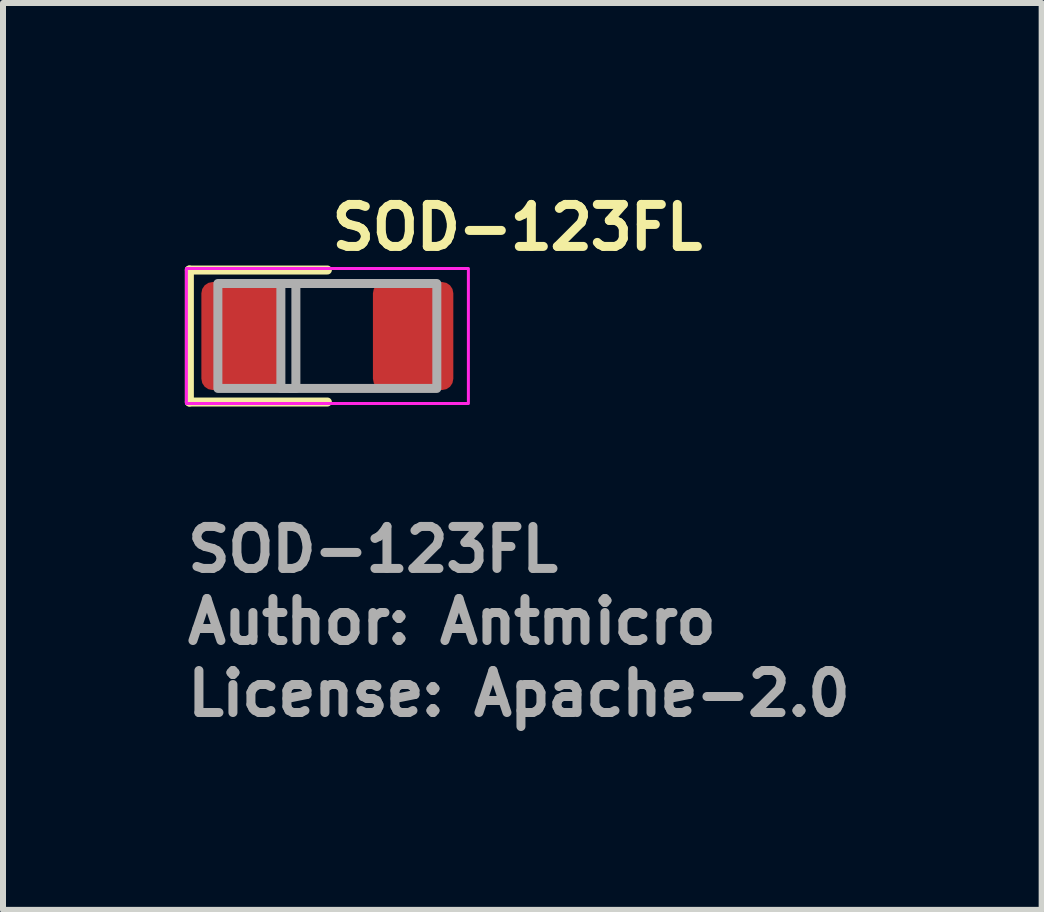
<source format=kicad_pcb>
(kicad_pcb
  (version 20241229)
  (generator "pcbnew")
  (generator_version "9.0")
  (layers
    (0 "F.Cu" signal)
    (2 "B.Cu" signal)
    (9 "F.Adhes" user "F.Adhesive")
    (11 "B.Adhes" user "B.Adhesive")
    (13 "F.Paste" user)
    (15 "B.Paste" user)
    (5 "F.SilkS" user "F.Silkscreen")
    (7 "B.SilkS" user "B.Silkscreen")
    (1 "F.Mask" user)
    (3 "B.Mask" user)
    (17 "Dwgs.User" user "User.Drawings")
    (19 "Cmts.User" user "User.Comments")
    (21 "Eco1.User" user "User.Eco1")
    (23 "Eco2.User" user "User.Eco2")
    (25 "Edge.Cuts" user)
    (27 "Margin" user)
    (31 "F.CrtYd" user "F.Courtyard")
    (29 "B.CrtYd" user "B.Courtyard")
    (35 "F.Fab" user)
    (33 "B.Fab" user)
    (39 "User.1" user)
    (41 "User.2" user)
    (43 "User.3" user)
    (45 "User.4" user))
  (footprint "SOD-123FL"
    (layer "F.Cu")
    (at 2.406 2.55)
    (property "Reference" "SOD-123FL" (at 0 -1.4 0) (layer "F.SilkS") (effects (font (size 0.7 0.7) (thickness 0.15)) (justify left bottom)))
    (attr smd)
    (fp_line (start -2.3 -1.1) (end -2.3 1.1) (stroke (width 0.15) (type solid)) (layer "F.SilkS"))
    (fp_line (start -2.3 1.1) (end 0 1.1) (stroke (width 0.15) (type solid)) (layer "F.SilkS"))
    (fp_line (start 0 -1.1) (end -2.3 -1.1) (stroke (width 0.15) (type solid)) (layer "F.SilkS"))
    (fp_rect (start -2.35 -1.125) (end 2.35 1.125) (stroke (width 0.05) (type solid)) (fill no) (layer "F.CrtYd"))
    (fp_rect (start -1.825 -0.875) (end 1.824 0.873) (stroke (width 0.15) (type solid)) (fill no) (layer "F.Fab"))
    (fp_rect (start -0.775 -0.875) (end -0.525 0.875) (stroke (width 0.15) (type solid)) (fill no) (layer "F.Fab"))
    (fp_rect (start -1.825 -0.875) (end 1.824 0.873) (stroke (width 0.1) (type solid)) (fill no) (layer "User.5"))
    (fp_line (start -1.825 -0.476) (end -1.349 -0.476) (stroke (width 0.02) (type solid)) (layer "User.9"))
    (fp_line (start -1.825 0.474) (end -1.825 -0.476) (stroke (width 0.02) (type solid)) (layer "User.9"))
    (fp_line (start -1.351 -0.875) (end -1.351 -0.476) (stroke (width 0.02) (type solid)) (layer "User.9"))
    (fp_line (start -1.351 0.474) (end -1.351 0.873) (stroke (width 0.02) (type solid)) (layer "User.9"))
    (fp_line (start -1.351 0.873) (end 1.35 0.873) (stroke (width 0.02) (type solid)) (layer "User.9"))
    (fp_line (start -1.349 0.474) (end -1.825 0.474) (stroke (width 0.02) (type solid)) (layer "User.9"))
    (fp_line (start -1.349 0.474) (end -1.349 -0.476) (stroke (width 0.02) (type solid)) (layer "User.9"))
    (fp_line (start -1.299 -0.824) (end -1.351 -0.875) (stroke (width 0.02) (type solid)) (layer "User.9"))
    (fp_line (start -1.299 -0.824) (end -1.299 0.822) (stroke (width 0.02) (type solid)) (layer "User.9"))
    (fp_line (start -1.299 0.822) (end -1.351 0.873) (stroke (width 0.02) (type solid)) (layer "User.9"))
    (fp_line (start -1.299 0.822) (end 1.296 0.822) (stroke (width 0.02) (type solid)) (layer "User.9"))
    (fp_line (start 1.024 -0.015) (end 1.024 0) (stroke (width 0.02) (type solid)) (layer "User.9"))
    (fp_line (start 1.024 0) (end 1.024 0.014) (stroke (width 0.02) (type solid)) (layer "User.9"))
    (fp_line (start 1.024 0.014) (end 1.026 0.029) (stroke (width 0.02) (type solid)) (layer "User.9"))
    (fp_line (start 1.026 -0.045) (end 1.026 -0.03) (stroke (width 0.02) (type solid)) (layer "User.9"))
    (fp_line (start 1.026 -0.03) (end 1.024 -0.015) (stroke (width 0.02) (type solid)) (layer "User.9"))
    (fp_line (start 1.026 0.029) (end 1.026 0.043) (stroke (width 0.02) (type solid)) (layer "User.9"))
    (fp_line (start 1.026 0.043) (end 1.03 0.058) (stroke (width 0.02) (type solid)) (layer "User.9"))
    (fp_line (start 1.03 -0.06) (end 1.026 -0.045) (stroke (width 0.02) (type solid)) (layer "User.9"))
    (fp_line (start 1.03 0.058) (end 1.032 0.072) (stroke (width 0.02) (type solid)) (layer "User.9"))
    (fp_line (start 1.032 -0.073) (end 1.03 -0.06) (stroke (width 0.02) (type solid)) (layer "User.9"))
    (fp_line (start 1.032 0.072) (end 1.036 0.086) (stroke (width 0.02) (type solid)) (layer "User.9"))
    (fp_line (start 1.036 -0.088) (end 1.032 -0.073) (stroke (width 0.02) (type solid)) (layer "User.9"))
    (fp_line (start 1.036 0.086) (end 1.04 0.1) (stroke (width 0.02) (type solid)) (layer "User.9"))
    (fp_line (start 1.04 -0.102) (end 1.036 -0.088) (stroke (width 0.02) (type solid)) (layer "User.9"))
    (fp_line (start 1.04 0.1) (end 1.044 0.113) (stroke (width 0.02) (type solid)) (layer "User.9"))
    (fp_line (start 1.044 -0.115) (end 1.04 -0.102) (stroke (width 0.02) (type solid)) (layer "User.9"))
    (fp_line (start 1.044 0.113) (end 1.05 0.125) (stroke (width 0.02) (type solid)) (layer "User.9"))
    (fp_line (start 1.05 -0.127) (end 1.044 -0.115) (stroke (width 0.02) (type solid)) (layer "User.9"))
    (fp_line (start 1.05 0.125) (end 1.056 0.139) (stroke (width 0.02) (type solid)) (layer "User.9"))
    (fp_line (start 1.056 -0.141) (end 1.05 -0.127) (stroke (width 0.02) (type solid)) (layer "User.9"))
    (fp_line (start 1.056 0.139) (end 1.062 0.151) (stroke (width 0.02) (type solid)) (layer "User.9"))
    (fp_line (start 1.062 -0.153) (end 1.056 -0.141) (stroke (width 0.02) (type solid)) (layer "User.9"))
    (fp_line (start 1.062 0.151) (end 1.068 0.164) (stroke (width 0.02) (type solid)) (layer "User.9"))
    (fp_line (start 1.068 -0.166) (end 1.062 -0.153) (stroke (width 0.02) (type solid)) (layer "User.9"))
    (fp_line (start 1.068 0.164) (end 1.076 0.175) (stroke (width 0.02) (type solid)) (layer "User.9"))
    (fp_line (start 1.076 -0.177) (end 1.068 -0.166) (stroke (width 0.02) (type solid)) (layer "User.9"))
    (fp_line (start 1.076 0.175) (end 1.084 0.187) (stroke (width 0.02) (type solid)) (layer "User.9"))
    (fp_line (start 1.084 -0.189) (end 1.076 -0.177) (stroke (width 0.02) (type solid)) (layer "User.9"))
    (fp_line (start 1.084 0.187) (end 1.092 0.199) (stroke (width 0.02) (type solid)) (layer "User.9"))
    (fp_line (start 1.092 -0.201) (end 1.084 -0.189) (stroke (width 0.02) (type solid)) (layer "User.9"))
    (fp_line (start 1.092 0.199) (end 1.102 0.209) (stroke (width 0.02) (type solid)) (layer "User.9"))
    (fp_line (start 1.102 -0.211) (end 1.092 -0.201) (stroke (width 0.02) (type solid)) (layer "User.9"))
    (fp_line (start 1.102 0.209) (end 1.11 0.219) (stroke (width 0.02) (type solid)) (layer "User.9"))
    (fp_line (start 1.11 -0.221) (end 1.102 -0.211) (stroke (width 0.02) (type solid)) (layer "User.9"))
    (fp_line (start 1.11 0.219) (end 1.12 0.231) (stroke (width 0.02) (type solid)) (layer "User.9"))
    (fp_line (start 1.12 -0.233) (end 1.11 -0.221) (stroke (width 0.02) (type solid)) (layer "User.9"))
    (fp_line (start 1.12 0.231) (end 1.13 0.239) (stroke (width 0.02) (type solid)) (layer "User.9"))
    (fp_line (start 1.13 -0.241) (end 1.12 -0.233) (stroke (width 0.02) (type solid)) (layer "User.9"))
    (fp_line (start 1.13 0.239) (end 1.142 0.248) (stroke (width 0.02) (type solid)) (layer "User.9"))
    (fp_line (start 1.142 -0.25) (end 1.13 -0.241) (stroke (width 0.02) (type solid)) (layer "User.9"))
    (fp_line (start 1.142 0.248) (end 1.153 0.258) (stroke (width 0.02) (type solid)) (layer "User.9"))
    (fp_line (start 1.153 -0.26) (end 1.142 -0.25) (stroke (width 0.02) (type solid)) (layer "User.9"))
    (fp_line (start 1.153 0.258) (end 1.163 0.267) (stroke (width 0.02) (type solid)) (layer "User.9"))
    (fp_line (start 1.163 -0.269) (end 1.153 -0.26) (stroke (width 0.02) (type solid)) (layer "User.9"))
    (fp_line (start 1.163 0.267) (end 1.175 0.274) (stroke (width 0.02) (type solid)) (layer "User.9"))
    (fp_line (start 1.175 -0.276) (end 1.163 -0.269) (stroke (width 0.02) (type solid)) (layer "User.9"))
    (fp_line (start 1.175 0.274) (end 1.187 0.282) (stroke (width 0.02) (type solid)) (layer "User.9"))
    (fp_line (start 1.187 -0.284) (end 1.175 -0.276) (stroke (width 0.02) (type solid)) (layer "User.9"))
    (fp_line (start 1.187 0.282) (end 1.201 0.288) (stroke (width 0.02) (type solid)) (layer "User.9"))
    (fp_line (start 1.201 -0.289) (end 1.187 -0.284) (stroke (width 0.02) (type solid)) (layer "User.9"))
    (fp_line (start 1.201 0.288) (end 1.213 0.294) (stroke (width 0.02) (type solid)) (layer "User.9"))
    (fp_line (start 1.213 -0.296) (end 1.201 -0.289) (stroke (width 0.02) (type solid)) (layer "User.9"))
    (fp_line (start 1.213 0.294) (end 1.227 0.299) (stroke (width 0.02) (type solid)) (layer "User.9"))
    (fp_line (start 1.227 -0.301) (end 1.213 -0.296) (stroke (width 0.02) (type solid)) (layer "User.9"))
    (fp_line (start 1.227 0.299) (end 1.239 0.305) (stroke (width 0.02) (type solid)) (layer "User.9"))
    (fp_line (start 1.239 -0.307) (end 1.227 -0.301) (stroke (width 0.02) (type solid)) (layer "User.9"))
    (fp_line (start 1.239 0.305) (end 1.253 0.309) (stroke (width 0.02) (type solid)) (layer "User.9"))
    (fp_line (start 1.253 -0.311) (end 1.239 -0.307) (stroke (width 0.02) (type solid)) (layer "User.9"))
    (fp_line (start 1.253 0.309) (end 1.267 0.313) (stroke (width 0.02) (type solid)) (layer "User.9"))
    (fp_line (start 1.267 -0.315) (end 1.253 -0.311) (stroke (width 0.02) (type solid)) (layer "User.9"))
    (fp_line (start 1.267 0.313) (end 1.282 0.317) (stroke (width 0.02) (type solid)) (layer "User.9"))
    (fp_line (start 1.282 -0.319) (end 1.267 -0.315) (stroke (width 0.02) (type solid)) (layer "User.9"))
    (fp_line (start 1.282 0.317) (end 1.296 0.32) (stroke (width 0.02) (type solid)) (layer "User.9"))
    (fp_line (start 1.296 -0.824) (end -1.299 -0.824) (stroke (width 0.02) (type solid)) (layer "User.9"))
    (fp_line (start 1.296 -0.824) (end 1.35 -0.875) (stroke (width 0.02) (type solid)) (layer "User.9"))
    (fp_line (start 1.296 -0.322) (end 1.282 -0.319) (stroke (width 0.02) (type solid)) (layer "User.9"))
    (fp_line (start 1.296 -0.322) (end 1.296 -0.824) (stroke (width 0.02) (type solid)) (layer "User.9"))
    (fp_line (start 1.296 -0.322) (end 1.302 -0.323) (stroke (width 0.02) (type solid)) (layer "User.9"))
    (fp_line (start 1.296 0.822) (end 1.296 0.32) (stroke (width 0.02) (type solid)) (layer "User.9"))
    (fp_line (start 1.296 0.822) (end 1.35 0.873) (stroke (width 0.02) (type solid)) (layer "User.9"))
    (fp_line (start 1.302 0.321) (end 1.296 0.32) (stroke (width 0.02) (type solid)) (layer "User.9"))
    (fp_line (start 1.302 0.321) (end 1.302 -0.323) (stroke (width 0.02) (type solid)) (layer "User.9"))
    (fp_line (start 1.346 -0.476) (end 1.824 -0.476) (stroke (width 0.02) (type solid)) (layer "User.9"))
    (fp_line (start 1.346 0.474) (end 1.346 -0.476) (stroke (width 0.02) (type solid)) (layer "User.9"))
    (fp_line (start 1.35 -0.875) (end -1.351 -0.875) (stroke (width 0.02) (type solid)) (layer "User.9"))
    (fp_line (start 1.35 -0.476) (end 1.35 -0.875) (stroke (width 0.02) (type solid)) (layer "User.9"))
    (fp_line (start 1.35 0.873) (end 1.35 0.474) (stroke (width 0.02) (type solid)) (layer "User.9"))
    (fp_line (start 1.824 -0.476) (end 1.824 0.474) (stroke (width 0.02) (type solid)) (layer "User.9"))
    (fp_line (start 1.824 0.474) (end 1.346 0.474) (stroke (width 0.02) (type solid)) (layer "User.9"))
    (fp_text user "${REFERENCE}" (at -2.406 3.967 0) (layer "F.Fab") (effects (font (size 0.7 0.7) (thickness 0.15)) (justify left bottom)))
    (fp_text user "Author: Antmicro" (at -2.406 5.168 0) (layer "F.Fab") (effects (font (size 0.7 0.7) (thickness 0.15)) (justify left bottom)))
    (fp_text user "License: Apache-2.0" (at -2.406 6.368 0) (layer "F.Fab") (effects (font (size 0.7 0.7) (thickness 0.15)) (justify left bottom)))
    (pad "1" smd roundrect (at -1.43 0) (size 1.34 1.8) (layers "F.Cu" "F.Mask" "F.Paste") (roundrect_rratio 0.14))
    (pad "2" smd roundrect (at 1.429 0) (size 1.34 1.8) (layers "F.Cu" "F.Mask" "F.Paste") (roundrect_rratio 0.14)))
  (gr_rect
    (start -3 -3)
    (end 14.31 12.114)
    (stroke (width 0.1) (type default))
    (fill no)
    (layer "Edge.Cuts")))
</source>
